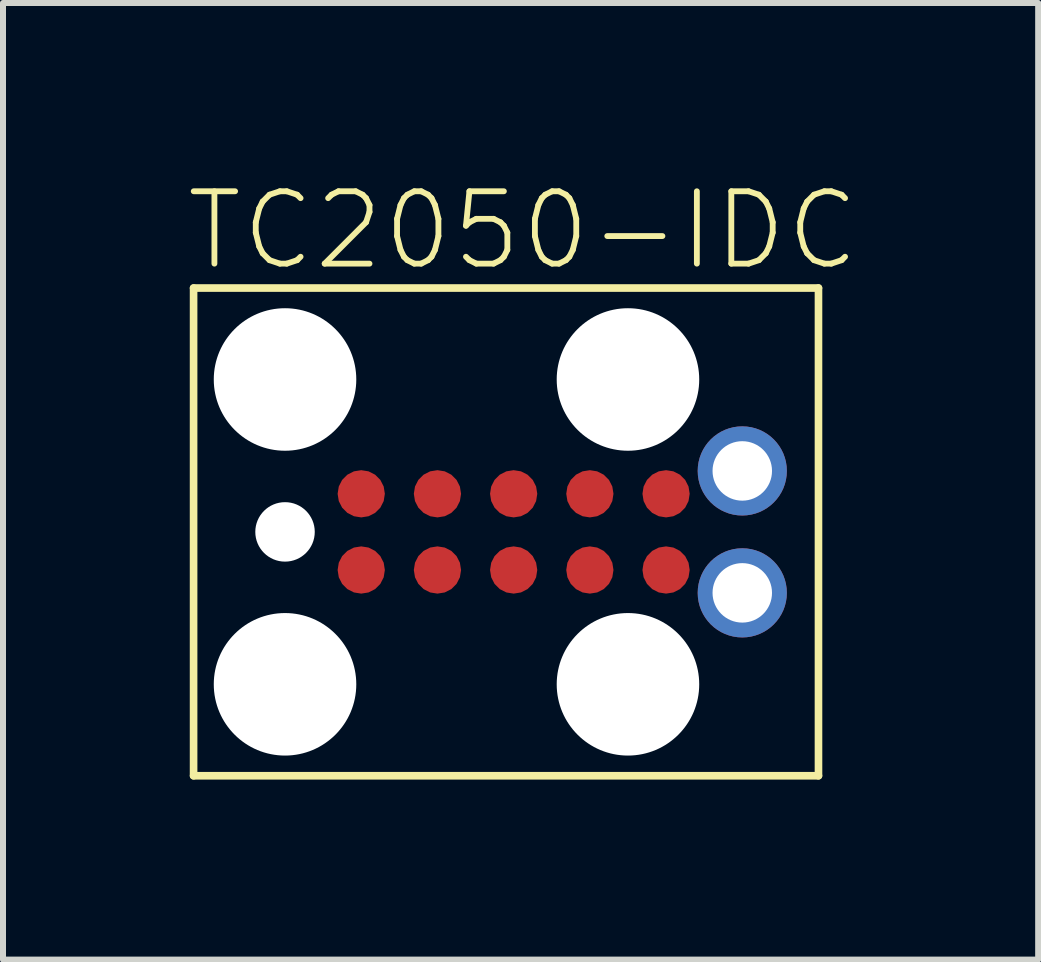
<source format=kicad_pcb>
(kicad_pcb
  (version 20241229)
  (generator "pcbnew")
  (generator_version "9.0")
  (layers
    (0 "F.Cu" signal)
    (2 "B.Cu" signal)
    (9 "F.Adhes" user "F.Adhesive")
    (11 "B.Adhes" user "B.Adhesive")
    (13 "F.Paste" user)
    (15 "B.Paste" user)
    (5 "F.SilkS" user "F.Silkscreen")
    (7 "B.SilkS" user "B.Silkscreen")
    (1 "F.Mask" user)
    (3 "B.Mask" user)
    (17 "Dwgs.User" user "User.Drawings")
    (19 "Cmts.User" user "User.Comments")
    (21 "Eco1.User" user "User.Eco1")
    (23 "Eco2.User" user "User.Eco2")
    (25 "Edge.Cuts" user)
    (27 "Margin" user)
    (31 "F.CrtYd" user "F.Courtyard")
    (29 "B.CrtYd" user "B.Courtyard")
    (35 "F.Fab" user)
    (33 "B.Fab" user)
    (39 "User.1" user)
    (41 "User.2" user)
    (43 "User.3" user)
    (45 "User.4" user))
  (footprint "TC2050-IDC"
    (layer "F.Cu")
    (at 1.7 5.814)
    (property "Reference" "TC2050-IDC" (at -1.7 -4.318 0) (layer "F.SilkS") (effects (font (size 1.206 1.206) (thickness 0.097)) (justify left bottom)))
    (attr through_hole)
    (fp_line (start -1.524 -4.064) (end 8.89 -4.064) (stroke (width 0.127) (type solid)) (layer "F.SilkS"))
    (fp_line (start -1.524 4.064) (end -1.524 -4.064) (stroke (width 0.127) (type solid)) (layer "F.SilkS"))
    (fp_line (start 8.89 -4.064) (end 8.89 4.064) (stroke (width 0.127) (type solid)) (layer "F.SilkS"))
    (fp_line (start 8.89 4.064) (end -1.524 4.064) (stroke (width 0.127) (type solid)) (layer "F.SilkS"))
    (pad "" np_thru_hole circle (at 0 -2.54) (size 2.375 2.375) (drill 2.375) (layers "*.Cu" "*.Mask"))
    (pad "" np_thru_hole circle (at 0 0) (size 0.991 0.991) (drill 0.991) (layers "*.Cu" "*.Mask"))
    (pad "" np_thru_hole circle (at 0 2.54) (size 2.375 2.375) (drill 2.375) (layers "*.Cu" "*.Mask"))
    (pad "" np_thru_hole circle (at 5.715 -2.54) (size 2.375 2.375) (drill 2.375) (layers "*.Cu" "*.Mask"))
    (pad "" np_thru_hole circle (at 5.715 2.54) (size 2.375 2.375) (drill 2.375) (layers "*.Cu" "*.Mask"))
    (pad "1" smd roundrect (at 1.27 0.635) (size 0.787 0.787) (layers "F.Cu" "F.Mask") (roundrect_rratio 0.5))
    (pad "2" smd roundrect (at 2.54 0.635) (size 0.787 0.787) (layers "F.Cu" "F.Mask") (roundrect_rratio 0.5))
    (pad "3" smd roundrect (at 3.81 0.635) (size 0.787 0.787) (layers "F.Cu" "F.Mask") (roundrect_rratio 0.5))
    (pad "4" smd roundrect (at 5.08 0.635) (size 0.787 0.787) (layers "F.Cu" "F.Mask") (roundrect_rratio 0.5))
    (pad "5" smd roundrect (at 6.35 0.635) (size 0.787 0.787) (layers "F.Cu" "F.Mask") (roundrect_rratio 0.5))
    (pad "5" thru_hole circle (at 7.62 1.016) (size 1.486 1.486) (drill 0.991) (layers "*.Cu" "*.Mask"))
    (pad "6" smd roundrect (at 6.35 -0.635) (size 0.787 0.787) (layers "F.Cu" "F.Mask") (roundrect_rratio 0.5))
    (pad "6" thru_hole circle (at 7.62 -1.016) (size 1.486 1.486) (drill 0.991) (layers "*.Cu" "*.Mask"))
    (pad "7" smd roundrect (at 5.08 -0.635) (size 0.787 0.787) (layers "F.Cu" "F.Mask") (roundrect_rratio 0.5))
    (pad "8" smd roundrect (at 3.81 -0.635) (size 0.787 0.787) (layers "F.Cu" "F.Mask") (roundrect_rratio 0.5))
    (pad "9" smd roundrect (at 2.54 -0.635) (size 0.787 0.787) (layers "F.Cu" "F.Mask") (roundrect_rratio 0.5))
    (pad "10" smd roundrect (at 1.27 -0.635) (size 0.787 0.787) (layers "F.Cu" "F.Mask") (roundrect_rratio 0.5)))
  (gr_rect
    (start -3 -3)
    (end 14.251 12.942)
    (stroke (width 0.1) (type default))
    (fill no)
    (layer "Edge.Cuts")))
</source>
